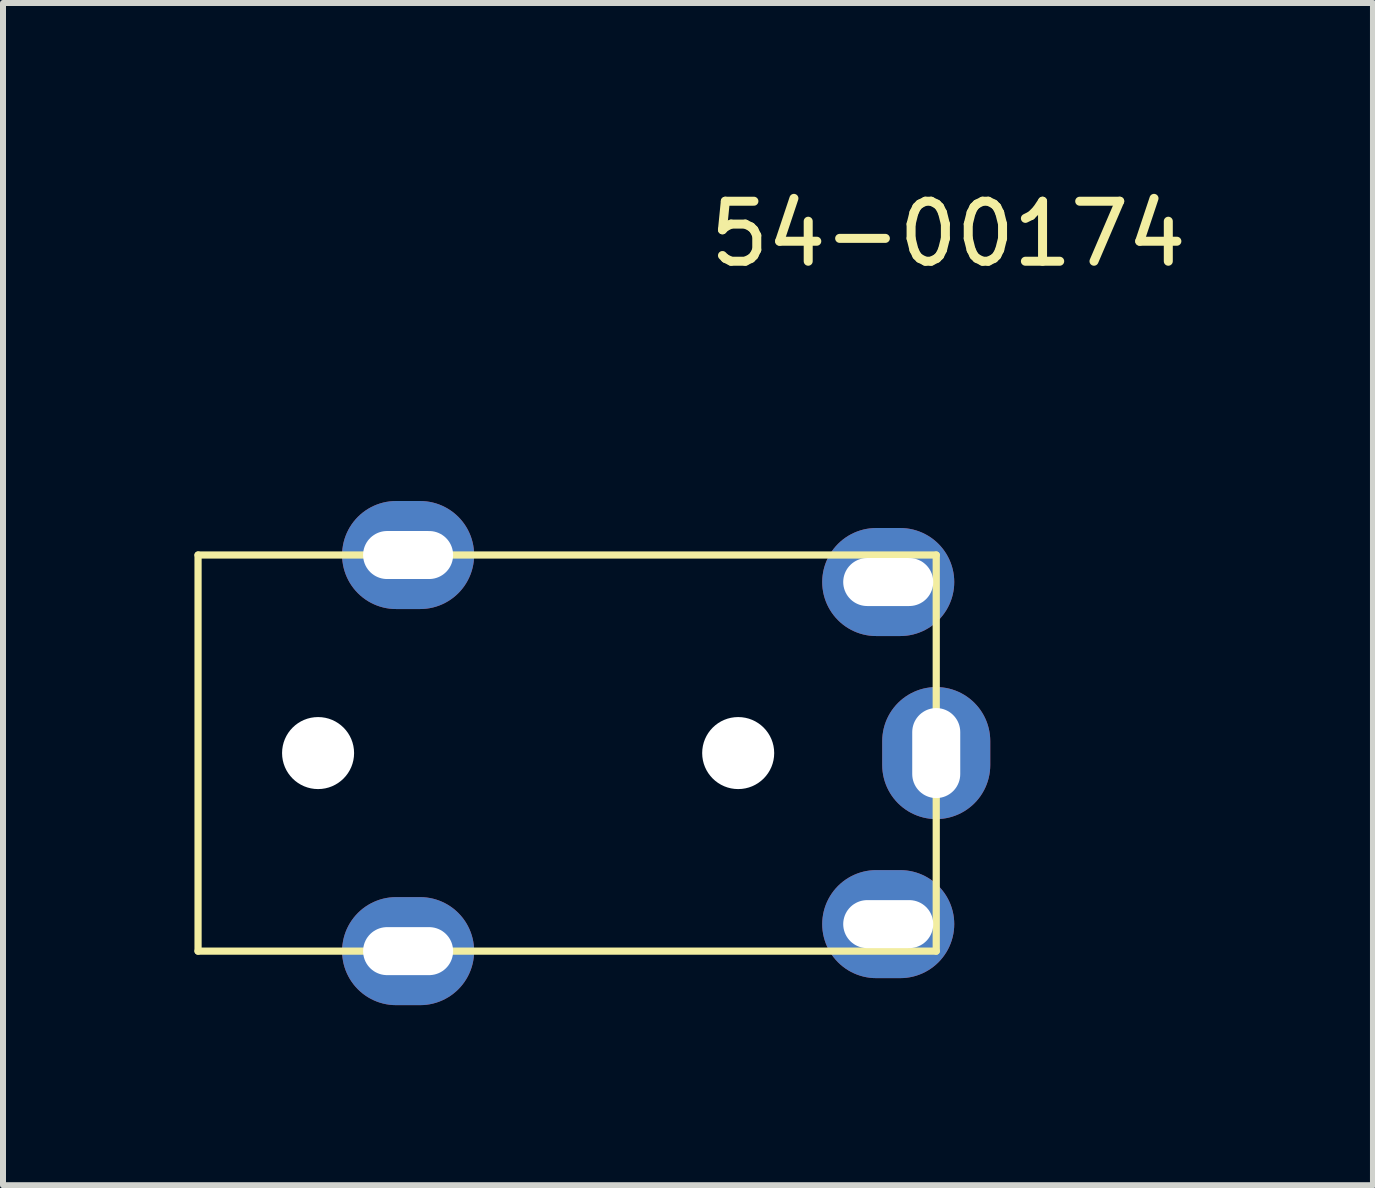
<source format=kicad_pcb>
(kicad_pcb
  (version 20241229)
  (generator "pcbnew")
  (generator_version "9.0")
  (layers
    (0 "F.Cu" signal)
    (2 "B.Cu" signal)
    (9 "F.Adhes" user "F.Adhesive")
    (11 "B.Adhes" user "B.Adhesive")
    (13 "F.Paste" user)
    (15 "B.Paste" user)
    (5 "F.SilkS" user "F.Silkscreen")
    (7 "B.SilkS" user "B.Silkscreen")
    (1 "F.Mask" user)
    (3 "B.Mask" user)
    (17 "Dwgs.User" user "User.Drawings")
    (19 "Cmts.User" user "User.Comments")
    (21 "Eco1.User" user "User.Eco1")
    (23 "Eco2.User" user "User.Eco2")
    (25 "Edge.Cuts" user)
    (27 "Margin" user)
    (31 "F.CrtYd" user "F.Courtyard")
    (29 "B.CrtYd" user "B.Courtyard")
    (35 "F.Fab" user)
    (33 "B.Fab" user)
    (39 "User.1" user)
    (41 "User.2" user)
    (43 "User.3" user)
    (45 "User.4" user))
  (footprint "54-00174"
    (layer "F.Cu")
    (at 0.25 9.498)
    (property "Reference" "54-00174" (at 12.5 -8.65 0) (layer "F.SilkS") (effects (font (size 1 1) (thickness 0.15))))
    (attr through_hole)
    (fp_line (start 0 -3.3) (end 12.3 -3.3) (stroke (width 0.12) (type solid)) (layer "F.SilkS"))
    (fp_line (start 0 3.3) (end 0 -3.3) (stroke (width 0.12) (type solid)) (layer "F.SilkS"))
    (fp_line (start 12.3 -3.3) (end 12.3 3.3) (stroke (width 0.12) (type solid)) (layer "F.SilkS"))
    (fp_line (start 12.3 3.3) (end 0 3.3) (stroke (width 0.12) (type solid)) (layer "F.SilkS"))
    (pad "" np_thru_hole circle (at 2 0) (size 1.2 1.2) (drill 1.2) (layers "*.Cu" "*.Mask"))
    (pad "" np_thru_hole circle (at 9 0) (size 1.2 1.2) (drill 1.2) (layers "*.Cu" "*.Mask"))
    (pad "1" thru_hole oval (at 12.3 0 90) (size 2.2 1.8) (drill oval 1.5 0.8) (layers "*.Cu" "*.Mask"))
    (pad "2" thru_hole oval (at 11.5 -2.85) (size 2.2 1.8) (drill oval 1.5 0.8) (layers "*.Cu" "*.Mask"))
    (pad "3" thru_hole oval (at 11.5 2.85) (size 2.2 1.8) (drill oval 1.5 0.8) (layers "*.Cu" "*.Mask"))
    (pad "4" thru_hole oval (at 3.5 -3.3) (size 2.2 1.8) (drill oval 1.5 0.8) (layers "*.Cu" "*.Mask"))
    (pad "4" thru_hole oval (at 3.5 3.3) (size 2.2 1.8) (drill oval 1.5 0.8) (layers "*.Cu" "*.Mask")))
  (gr_rect
    (start -3 -3)
    (end 19.827 16.698)
    (stroke (width 0.1) (type default))
    (fill no)
    (layer "Edge.Cuts")))
</source>
